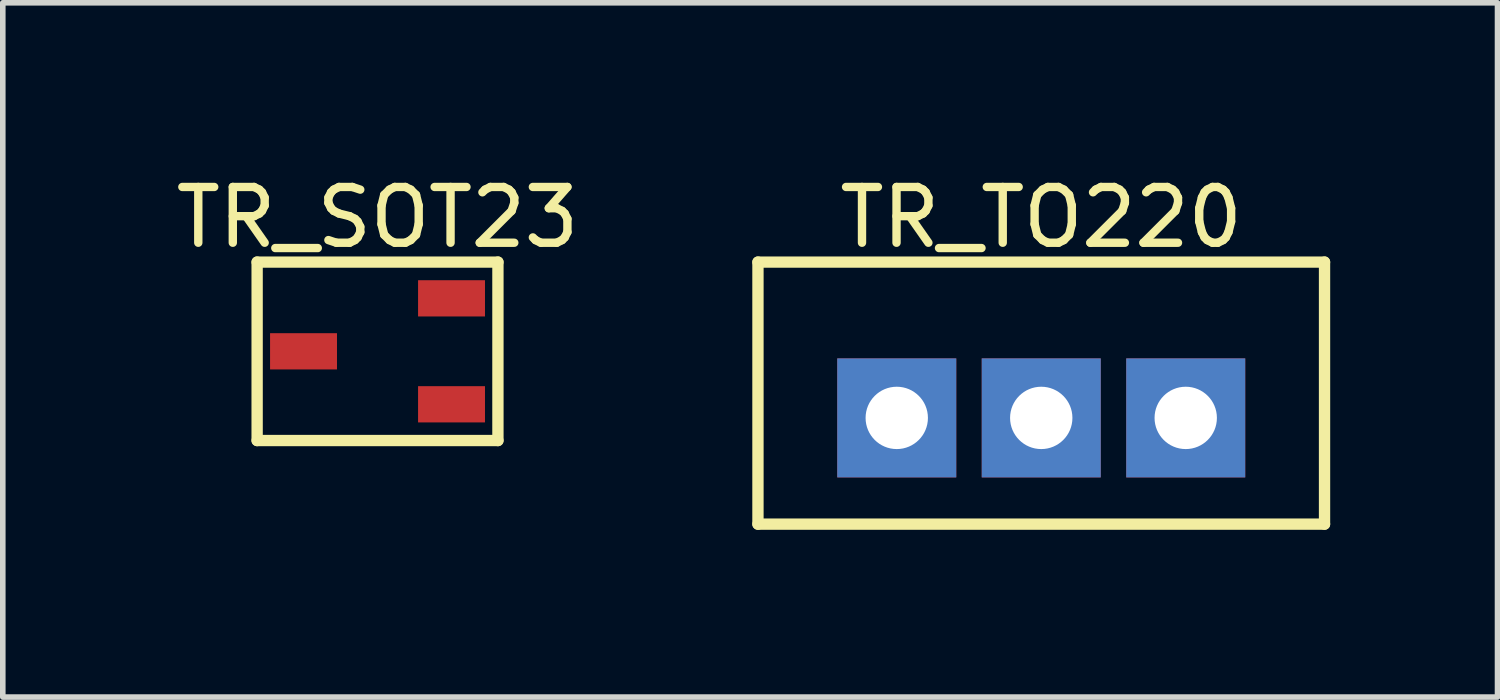
<source format=kicad_pcb>
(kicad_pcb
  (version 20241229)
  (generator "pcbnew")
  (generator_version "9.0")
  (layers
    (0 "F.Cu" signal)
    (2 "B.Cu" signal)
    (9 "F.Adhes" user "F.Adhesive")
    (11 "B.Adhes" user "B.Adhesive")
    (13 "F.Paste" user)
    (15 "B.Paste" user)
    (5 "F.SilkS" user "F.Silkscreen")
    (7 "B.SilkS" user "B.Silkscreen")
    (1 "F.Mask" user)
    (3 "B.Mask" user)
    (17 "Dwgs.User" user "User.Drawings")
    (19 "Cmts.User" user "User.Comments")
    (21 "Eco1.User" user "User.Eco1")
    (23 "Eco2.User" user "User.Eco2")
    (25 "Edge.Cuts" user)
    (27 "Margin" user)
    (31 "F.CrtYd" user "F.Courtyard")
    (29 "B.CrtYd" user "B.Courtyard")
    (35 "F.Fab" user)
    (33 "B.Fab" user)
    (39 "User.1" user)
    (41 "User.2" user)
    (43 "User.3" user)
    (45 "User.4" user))
  (footprint "TR_SOT23"
    (layer "F.Cu")
    (at 3.72 3.25)
    (property "Reference" "TR_SOT23" (at 0 -2.402 0) (layer "F.SilkS") (effects (font (size 1 1) (thickness 0.15))))
    (fp_line (start -2.159 -1.6) (end 2.159 -1.6) (stroke (width 0.203) (type solid)) (layer "F.SilkS"))
    (fp_line (start -2.159 1.6) (end -2.159 -1.6) (stroke (width 0.203) (type solid)) (layer "F.SilkS"))
    (fp_line (start -2.159 1.6) (end 2.159 1.6) (stroke (width 0.203) (type solid)) (layer "F.SilkS"))
    (fp_line (start 2.159 1.6) (end 2.159 -1.6) (stroke (width 0.203) (type solid)) (layer "F.SilkS"))
    (pad "B" smd rect (at 1.327 0.95 90) (size 0.65 1.2) (layers "F.Cu" "F.Mask" "F.Paste"))
    (pad "C" smd rect (at -1.327 0 90) (size 0.65 1.2) (layers "F.Cu" "F.Mask" "F.Paste"))
    (pad "E" smd rect (at 1.327 -0.95 90) (size 0.65 1.2) (layers "F.Cu" "F.Mask" "F.Paste")))
  (footprint "TR_TO220"
    (layer "F.Cu")
    (at 15.622 4.444)
    (property "Reference" "TR_TO220" (at 0 -3.596 0) (layer "F.SilkS") (effects (font (size 1 1) (thickness 0.15))))
    (fp_line (start -5.08 -2.794) (end 5.08 -2.794) (stroke (width 0.203) (type solid)) (layer "F.SilkS"))
    (fp_line (start -5.08 1.905) (end -5.08 -2.794) (stroke (width 0.203) (type solid)) (layer "F.SilkS"))
    (fp_line (start -5.08 1.905) (end 5.08 1.905) (stroke (width 0.203) (type solid)) (layer "F.SilkS"))
    (fp_line (start 5.08 1.905) (end 5.08 -2.794) (stroke (width 0.203) (type solid)) (layer "F.SilkS"))
    (pad "B" thru_hole rect (at -2.591 0) (size 2.134 2.134) (drill 1.118) (layers "*.Cu" "*.Mask"))
    (pad "C" thru_hole rect (at 0 0) (size 2.134 2.134) (drill 1.118) (layers "*.Cu" "*.Mask"))
    (pad "E" thru_hole rect (at 2.591 0) (size 2.134 2.134) (drill 1.118) (layers "*.Cu" "*.Mask")))
  (gr_rect
    (start -3 -3)
    (end 23.804 9.45)
    (stroke (width 0.1) (type default))
    (fill no)
    (layer "Edge.Cuts")))
</source>
